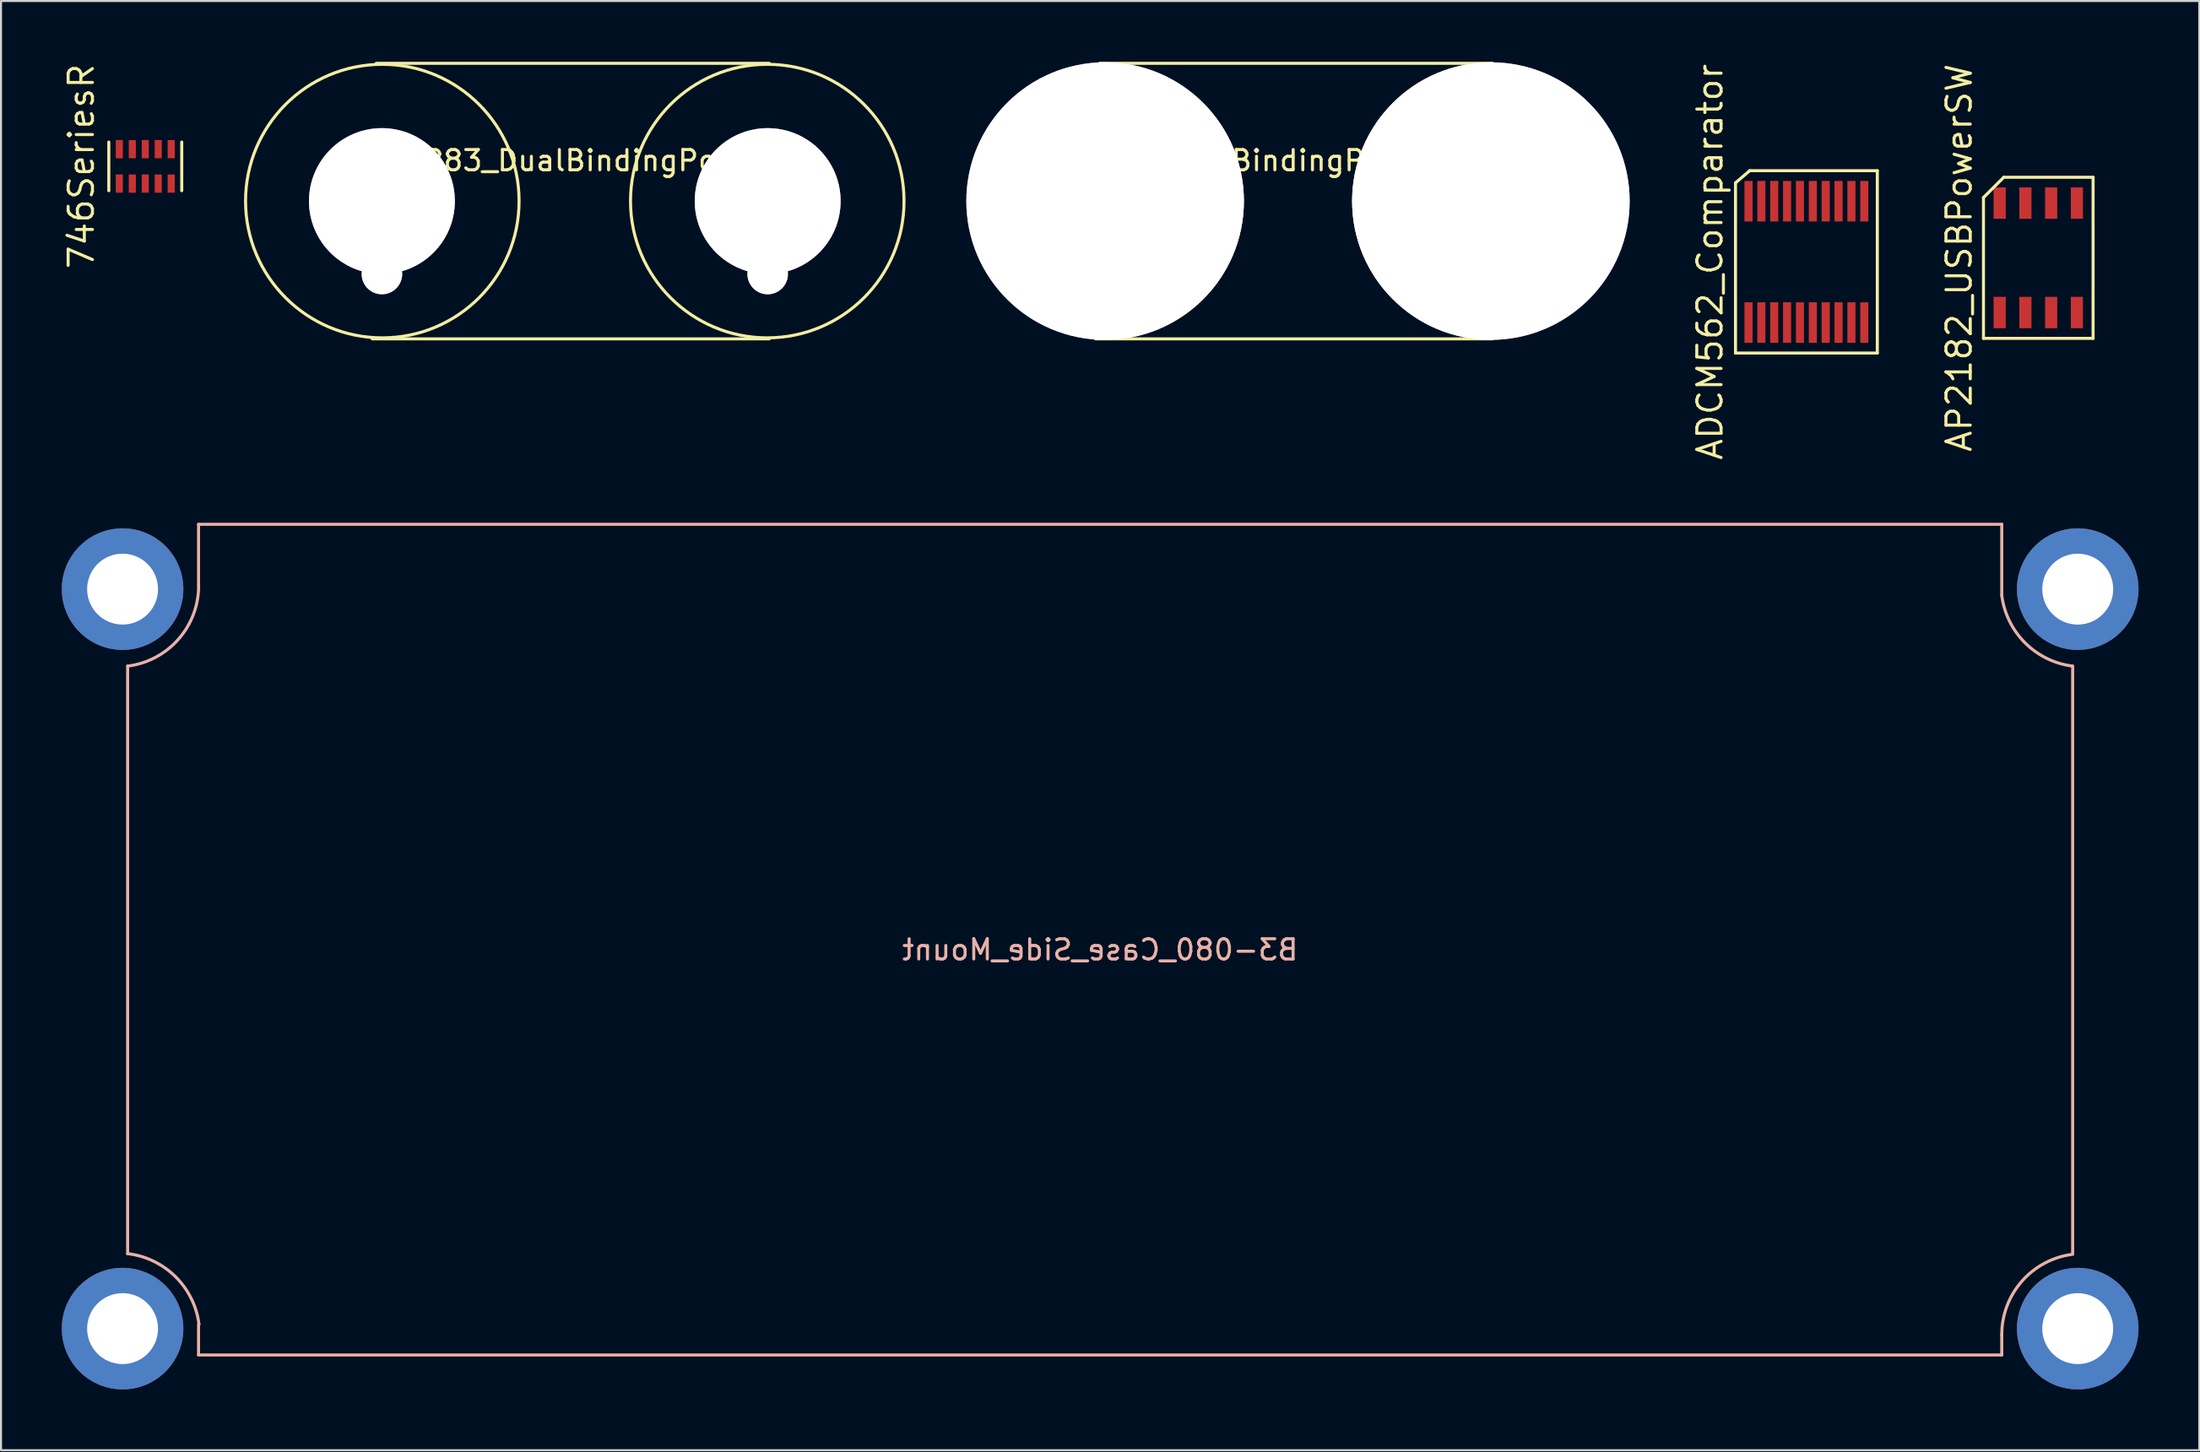
<source format=kicad_pcb>
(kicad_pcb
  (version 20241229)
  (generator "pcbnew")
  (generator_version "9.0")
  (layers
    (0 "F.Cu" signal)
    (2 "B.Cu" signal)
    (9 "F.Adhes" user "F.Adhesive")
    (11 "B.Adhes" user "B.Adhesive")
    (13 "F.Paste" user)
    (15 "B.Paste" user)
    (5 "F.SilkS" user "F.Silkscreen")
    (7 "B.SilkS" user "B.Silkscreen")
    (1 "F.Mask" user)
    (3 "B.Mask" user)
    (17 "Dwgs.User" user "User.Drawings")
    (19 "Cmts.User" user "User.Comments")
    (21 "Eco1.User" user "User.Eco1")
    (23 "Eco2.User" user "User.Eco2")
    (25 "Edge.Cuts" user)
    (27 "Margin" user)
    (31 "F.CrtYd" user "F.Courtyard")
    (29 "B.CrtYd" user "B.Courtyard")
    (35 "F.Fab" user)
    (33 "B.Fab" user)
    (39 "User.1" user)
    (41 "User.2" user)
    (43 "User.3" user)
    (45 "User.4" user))
  (footprint "6883_DualBindingPost_Cutout"
    (layer "F.Cu")
    (at 61.015 6.875)
    (property "Reference" "6883_DualBindingPost_Cutout" (at 0 -2 0) (layer "F.SilkS") (effects (font (size 1 1) (thickness 0.15))))
    (attr through_hole)
    (fp_line (start -10 6.8) (end 9.6 6.8) (stroke (width 0.15) (type solid)) (layer "F.SilkS"))
    (fp_line (start -9.8 -6.8) (end 9.6 -6.8) (stroke (width 0.15) (type solid)) (layer "F.SilkS"))
    (fp_circle (center -9.5 0) (end -2.75 0) (stroke (width 0.15) (type solid)) (fill no) (layer "F.SilkS"))
    (fp_circle (center 9.5 0) (end 2.75 0) (stroke (width 0.15) (type solid)) (fill no) (layer "F.SilkS"))
    (pad "" thru_hole circle (at -9.52 0) (size 13.7 13.7) (drill 13.7) (layers "*.Cu" "*.Mask"))
    (pad "" thru_hole circle (at 9.52 0) (size 13.7 13.7) (drill 13.7) (layers "*.Cu" "*.Mask")))
  (footprint "746SeriesR"
    (layer "F.Cu")
    (at 4.12 5.162)
    (property "Reference" "746SeriesR" (at -3.155 0 90) (layer "F.SilkS") (effects (font (size 1.2 1.2) (thickness 0.15))))
    (attr through_hole)
    (fp_line (start -1.8 1.2) (end -1.8 -1.2) (stroke (width 0.15) (type solid)) (layer "F.SilkS"))
    (fp_line (start 1.8 1.2) (end 1.8 -1.2) (stroke (width 0.15) (type solid)) (layer "F.SilkS"))
    (pad "1" smd rect (at -1.28 0.85) (size 0.35 0.9) (layers "F.Cu" "F.Mask" "F.Paste"))
    (pad "2" smd rect (at -0.64 0.85) (size 0.35 0.9) (layers "F.Cu" "F.Mask" "F.Paste"))
    (pad "3" smd rect (at 0 0.85) (size 0.35 0.9) (layers "F.Cu" "F.Mask" "F.Paste"))
    (pad "4" smd rect (at 0.64 0.85) (size 0.35 0.9) (layers "F.Cu" "F.Mask" "F.Paste"))
    (pad "5" smd rect (at 1.28 0.85) (size 0.35 0.9) (layers "F.Cu" "F.Mask" "F.Paste"))
    (pad "6" smd rect (at 1.28 -0.85) (size 0.35 0.9) (layers "F.Cu" "F.Mask" "F.Paste"))
    (pad "7" smd rect (at 0.64 -0.85) (size 0.35 0.9) (layers "F.Cu" "F.Mask" "F.Paste"))
    (pad "8" smd rect (at 0 -0.85) (size 0.35 0.9) (layers "F.Cu" "F.Mask" "F.Paste"))
    (pad "9" smd rect (at -0.64 -0.85) (size 0.35 0.9) (layers "F.Cu" "F.Mask" "F.Paste"))
    (pad "10" smd rect (at -1.28 -0.85) (size 0.35 0.9) (layers "F.Cu" "F.Mask" "F.Paste")))
  (footprint "B3-080_Case_Side_Mount"
    (layer "F.Cu")
    (at 51.25 43.328)
    (property "Reference" "B3-080_Case_Side_Mount" (at 0 0.5 0) (layer "B.SilkS") (effects (font (size 1 1) (thickness 0.15)) (justify mirror)))
    (attr through_hole)
    (fp_line (start -48 15.5) (end -48 -13.5) (stroke (width 0.15) (type solid)) (layer "B.SilkS"))
    (fp_line (start -44.5 -17.5) (end -44.5 -20.5) (stroke (width 0.15) (type solid)) (layer "B.SilkS"))
    (fp_line (start -44.5 19) (end -44.5 20.5) (stroke (width 0.15) (type solid)) (layer "B.SilkS"))
    (fp_line (start -44.5 20.5) (end 44.5 20.5) (stroke (width 0.15) (type solid)) (layer "B.SilkS"))
    (fp_line (start 44.5 -20.5) (end -44.5 -20.5) (stroke (width 0.15) (type solid)) (layer "B.SilkS"))
    (fp_line (start 44.5 -17) (end 44.5 -20.5) (stroke (width 0.15) (type solid)) (layer "B.SilkS"))
    (fp_line (start 44.5 19.5) (end 44.5 20.5) (stroke (width 0.15) (type solid)) (layer "B.SilkS"))
    (fp_line (start 48 15.5) (end 48 -13.5) (stroke (width 0.15) (type solid)) (layer "B.SilkS"))
    (fp_arc (start -48 15.5) (mid -45.634699 16.640391) (end -44.476603 18.997075) (stroke (width 0.15) (type solid)) (layer "B.SilkS"))
    (fp_arc (start -44.496139 -17.469112) (mid -45.497426 -14.821902) (end -48 -13.5) (stroke (width 0.15) (type solid)) (layer "B.SilkS"))
    (fp_arc (start 44.5 19.5) (mid 45.501287 16.85279) (end 48.003861 15.530888) (stroke (width 0.15) (type solid)) (layer "B.SilkS"))
    (fp_arc (start 48 -13.5) (mid 45.649561 -14.649561) (end 44.5 -17) (stroke (width 0.15) (type solid)) (layer "B.SilkS"))
    (pad "1" thru_hole circle (at -48.25 -17.3) (size 6 6) (drill 3.5) (layers "*.Cu" "*.Mask"))
    (pad "1" thru_hole circle (at -48.25 19.2) (size 6 6) (drill 3.5) (layers "*.Cu" "*.Mask"))
    (pad "1" thru_hole circle (at 48.25 -17.3) (size 6 6) (drill 3.5) (layers "*.Cu" "*.Mask"))
    (pad "1" thru_hole circle (at 48.25 19.2) (size 6 6) (drill 3.5) (layers "*.Cu" "*.Mask")))
  (footprint "ADCM562_Comparator"
    (layer "F.Cu")
    (at 86.108 9.876)
    (property "Reference" "ADCM562_Comparator" (at -4.758 0 90) (layer "F.SilkS") (effects (font (size 1.2 1.2) (thickness 0.15))))
    (attr through_hole)
    (fp_line (start -3.5 -3.9) (end -3.5 4.5) (stroke (width 0.15) (type solid)) (layer "F.SilkS"))
    (fp_line (start -3.5 4.5) (end 3.5 4.5) (stroke (width 0.15) (type solid)) (layer "F.SilkS"))
    (fp_line (start -2.8 -4.5) (end -3.5 -3.9) (stroke (width 0.15) (type solid)) (layer "F.SilkS"))
    (fp_line (start 3.5 -4.5) (end -2.8 -4.5) (stroke (width 0.15) (type solid)) (layer "F.SilkS"))
    (fp_line (start 3.5 4.5) (end 3.5 -4.5) (stroke (width 0.15) (type solid)) (layer "F.SilkS"))
    (pad "1" smd rect (at -2.857 2.995) (size 0.4 2) (layers "F.Cu" "F.Mask" "F.Paste"))
    (pad "2" smd rect (at -2.223 2.995) (size 0.4 2) (layers "F.Cu" "F.Mask" "F.Paste"))
    (pad "3" smd rect (at -1.587 2.995) (size 0.4 2) (layers "F.Cu" "F.Mask" "F.Paste"))
    (pad "4" smd rect (at -0.953 2.995) (size 0.4 2) (layers "F.Cu" "F.Mask" "F.Paste"))
    (pad "5" smd rect (at -0.318 2.995) (size 0.4 2) (layers "F.Cu" "F.Mask" "F.Paste"))
    (pad "6" smd rect (at 0.318 2.995) (size 0.4 2) (layers "F.Cu" "F.Mask" "F.Paste"))
    (pad "7" smd rect (at 0.953 2.995) (size 0.4 2) (layers "F.Cu" "F.Mask" "F.Paste"))
    (pad "8" smd rect (at 1.587 2.995) (size 0.4 2) (layers "F.Cu" "F.Mask" "F.Paste"))
    (pad "9" smd rect (at 2.223 2.995) (size 0.4 2) (layers "F.Cu" "F.Mask" "F.Paste"))
    (pad "10" smd rect (at 2.857 2.995) (size 0.4 2) (layers "F.Cu" "F.Mask" "F.Paste"))
    (pad "11" smd rect (at 2.857 -2.995) (size 0.4 2) (layers "F.Cu" "F.Mask" "F.Paste"))
    (pad "12" smd rect (at 2.223 -2.995) (size 0.4 2) (layers "F.Cu" "F.Mask" "F.Paste"))
    (pad "13" smd rect (at 1.587 -2.995) (size 0.4 2) (layers "F.Cu" "F.Mask" "F.Paste"))
    (pad "14" smd rect (at 0.953 -2.995) (size 0.4 2) (layers "F.Cu" "F.Mask" "F.Paste"))
    (pad "15" smd rect (at 0.318 -2.995) (size 0.4 2) (layers "F.Cu" "F.Mask" "F.Paste"))
    (pad "16" smd rect (at -0.318 -2.995) (size 0.4 2) (layers "F.Cu" "F.Mask" "F.Paste"))
    (pad "17" smd rect (at -0.953 -2.995) (size 0.4 2) (layers "F.Cu" "F.Mask" "F.Paste"))
    (pad "18" smd rect (at -1.587 -2.995) (size 0.4 2) (layers "F.Cu" "F.Mask" "F.Paste"))
    (pad "19" smd rect (at -2.223 -2.995) (size 0.4 2) (layers "F.Cu" "F.Mask" "F.Paste"))
    (pad "20" smd rect (at -2.857 -2.995) (size 0.4 2) (layers "F.Cu" "F.Mask" "F.Paste")))
  (footprint "AP2182_USBPowerSW"
    (layer "F.Cu")
    (at 97.553 9.676)
    (property "Reference" "AP2182_USBPowerSW" (at -3.905 0 90) (layer "F.SilkS") (effects (font (size 1.2 1.2) (thickness 0.15))))
    (attr through_hole)
    (fp_line (start -2.705 -2.975) (end -2.705 3.975) (stroke (width 0.15) (type solid)) (layer "F.SilkS"))
    (fp_line (start -2.705 3.975) (end 2.705 3.975) (stroke (width 0.15) (type solid)) (layer "F.SilkS"))
    (fp_line (start -1.705 -3.975) (end -2.705 -2.975) (stroke (width 0.15) (type solid)) (layer "F.SilkS"))
    (fp_line (start 2.705 -3.975) (end -1.705 -3.975) (stroke (width 0.15) (type solid)) (layer "F.SilkS"))
    (fp_line (start 2.705 3.975) (end 2.705 -3.975) (stroke (width 0.15) (type solid)) (layer "F.SilkS"))
    (pad "1" smd rect (at -1.905 2.7) (size 0.6 1.55) (layers "F.Cu" "F.Mask" "F.Paste"))
    (pad "2" smd rect (at -0.635 2.7) (size 0.6 1.55) (layers "F.Cu" "F.Mask" "F.Paste"))
    (pad "3" smd rect (at 0.635 2.7) (size 0.6 1.55) (layers "F.Cu" "F.Mask" "F.Paste"))
    (pad "4" smd rect (at 1.905 2.7) (size 0.6 1.55) (layers "F.Cu" "F.Mask" "F.Paste"))
    (pad "5" smd rect (at 1.905 -2.7) (size 0.6 1.55) (layers "F.Cu" "F.Mask" "F.Paste"))
    (pad "6" smd rect (at 0.635 -2.7) (size 0.6 1.55) (layers "F.Cu" "F.Mask" "F.Paste"))
    (pad "7" smd rect (at -0.635 -2.7) (size 0.6 1.55) (layers "F.Cu" "F.Mask" "F.Paste"))
    (pad "8" smd rect (at -1.905 -2.7) (size 0.6 1.55) (layers "F.Cu" "F.Mask" "F.Paste")))
  (footprint "6883_DualBindingPost"
    (layer "F.Cu")
    (at 25.32 6.875)
    (property "Reference" "6883_DualBindingPost" (at 0 -2 0) (layer "F.SilkS") (effects (font (size 1 1) (thickness 0.15))))
    (attr through_hole)
    (fp_line (start -10 6.8) (end 9.6 6.8) (stroke (width 0.15) (type solid)) (layer "F.SilkS"))
    (fp_line (start -9.8 -6.8) (end 9.6 -6.8) (stroke (width 0.15) (type solid)) (layer "F.SilkS"))
    (fp_circle (center -9.5 0) (end -2.75 0) (stroke (width 0.15) (type solid)) (fill no) (layer "F.SilkS"))
    (fp_circle (center 9.5 0) (end 2.75 0) (stroke (width 0.15) (type solid)) (fill no) (layer "F.SilkS"))
    (pad "" thru_hole circle (at -9.52 0) (size 7.2 7.2) (drill 7.2) (layers "*.Cu" "*.Mask"))
    (pad "" thru_hole circle (at -9.52 3.6) (size 2 2) (drill 2) (layers "*.Cu" "*.Mask"))
    (pad "" thru_hole circle (at 9.52 0) (size 7.2 7.2) (drill 7.2) (layers "*.Cu" "*.Mask"))
    (pad "" thru_hole circle (at 9.52 3.6) (size 2 2) (drill 2) (layers "*.Cu" "*.Mask")))
  (gr_rect
    (start -3 -3)
    (end 105.5 68.528)
    (stroke (width 0.1) (type default))
    (fill no)
    (layer "Edge.Cuts")))
</source>
